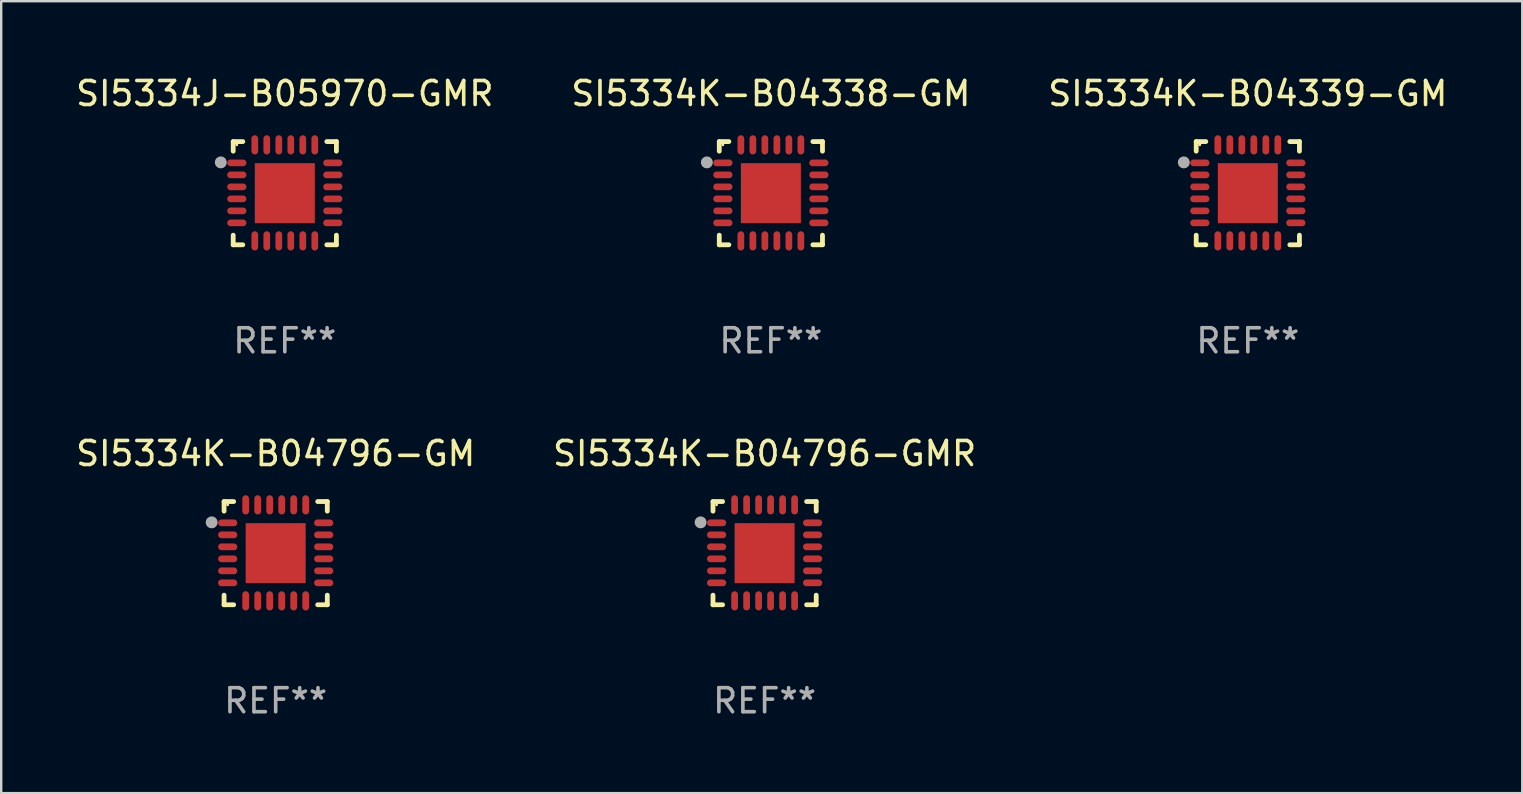
<source format=kicad_pcb>
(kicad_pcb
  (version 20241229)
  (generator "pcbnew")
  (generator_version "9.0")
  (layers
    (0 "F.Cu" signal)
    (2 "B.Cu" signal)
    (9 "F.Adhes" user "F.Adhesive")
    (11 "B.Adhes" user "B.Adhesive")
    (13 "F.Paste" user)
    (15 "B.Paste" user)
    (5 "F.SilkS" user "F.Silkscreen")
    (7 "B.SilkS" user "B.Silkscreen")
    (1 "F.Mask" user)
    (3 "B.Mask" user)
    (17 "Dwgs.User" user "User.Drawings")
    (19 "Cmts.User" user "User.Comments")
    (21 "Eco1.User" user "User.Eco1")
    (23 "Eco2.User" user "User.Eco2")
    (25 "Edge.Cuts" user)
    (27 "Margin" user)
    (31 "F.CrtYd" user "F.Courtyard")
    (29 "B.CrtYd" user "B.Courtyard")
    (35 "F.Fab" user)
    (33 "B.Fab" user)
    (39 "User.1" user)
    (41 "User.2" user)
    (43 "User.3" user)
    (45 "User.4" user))
  (footprint "SI5334K-B04339-GM"
    (layer "F.Cu")
    (at 48.935 4.998)
    (property "Reference" "SI5334K-B04339-GM" (at 0 -4.15 0) (layer "F.SilkS") (effects (font (size 1 1) (thickness 0.15))))
    (attr through_hole)
    (fp_line (start -2.15 -2.15) (end -1.75 -2.15) (stroke (width 0.2) (type solid)) (layer "F.SilkS"))
    (fp_line (start -2.15 -1.75) (end -2.15 -2.15) (stroke (width 0.2) (type solid)) (layer "F.SilkS"))
    (fp_line (start -2.15 2.15) (end -2.15 1.75) (stroke (width 0.2) (type solid)) (layer "F.SilkS"))
    (fp_line (start -1.75 2.15) (end -2.15 2.15) (stroke (width 0.2) (type solid)) (layer "F.SilkS"))
    (fp_line (start 1.75 -2.15) (end 2.15 -2.15) (stroke (width 0.2) (type solid)) (layer "F.SilkS"))
    (fp_line (start 1.75 2.15) (end 2.15 2.15) (stroke (width 0.2) (type solid)) (layer "F.SilkS"))
    (fp_line (start 2.15 -2.15) (end 2.15 -1.75) (stroke (width 0.2) (type solid)) (layer "F.SilkS"))
    (fp_line (start 2.15 2.15) (end 2.15 1.75) (stroke (width 0.2) (type solid)) (layer "F.SilkS"))
    (fp_circle (center -2 -2.013) (end -1.97 -2.013) (stroke (width 0.06) (type solid)) (fill no) (layer "F.SilkS"))
    (fp_circle (center -2.667 -1.283) (end -2.542 -1.283) (stroke (width 0.25) (type solid)) (fill no) (layer "F.Fab"))
    (fp_text user "REF**" (at 0 6.15 0) (layer "F.Fab") (effects (font (size 1 1) (thickness 0.15))))
    (pad "1" smd oval (at -2 -1.263) (size 0.8 0.28) (layers "F.Cu" "F.Mask" "F.Paste"))
    (pad "2" smd oval (at -2 -0.763) (size 0.8 0.28) (layers "F.Cu" "F.Mask" "F.Paste"))
    (pad "3" smd oval (at -2 -0.263) (size 0.8 0.28) (layers "F.Cu" "F.Mask" "F.Paste"))
    (pad "4" smd oval (at -2 0.237) (size 0.8 0.28) (layers "F.Cu" "F.Mask" "F.Paste"))
    (pad "5" smd oval (at -2 0.737) (size 0.8 0.28) (layers "F.Cu" "F.Mask" "F.Paste"))
    (pad "6" smd oval (at -2 1.237) (size 0.8 0.28) (layers "F.Cu" "F.Mask" "F.Paste"))
    (pad "7" smd oval (at -1.25 1.987) (size 0.28 0.8) (layers "F.Cu" "F.Mask" "F.Paste"))
    (pad "8" smd oval (at -0.75 1.987) (size 0.28 0.8) (layers "F.Cu" "F.Mask" "F.Paste"))
    (pad "9" smd oval (at -0.25 1.987) (size 0.28 0.8) (layers "F.Cu" "F.Mask" "F.Paste"))
    (pad "10" smd oval (at 0.25 1.987) (size 0.28 0.8) (layers "F.Cu" "F.Mask" "F.Paste"))
    (pad "11" smd oval (at 0.75 1.987) (size 0.28 0.8) (layers "F.Cu" "F.Mask" "F.Paste"))
    (pad "12" smd oval (at 1.25 1.987) (size 0.28 0.8) (layers "F.Cu" "F.Mask" "F.Paste"))
    (pad "13" smd oval (at 2 1.237) (size 0.8 0.28) (layers "F.Cu" "F.Mask" "F.Paste"))
    (pad "14" smd oval (at 2 0.737) (size 0.8 0.28) (layers "F.Cu" "F.Mask" "F.Paste"))
    (pad "15" smd oval (at 2 0.237) (size 0.8 0.28) (layers "F.Cu" "F.Mask" "F.Paste"))
    (pad "16" smd oval (at 2 -0.263) (size 0.8 0.28) (layers "F.Cu" "F.Mask" "F.Paste"))
    (pad "17" smd oval (at 2 -0.763) (size 0.8 0.28) (layers "F.Cu" "F.Mask" "F.Paste"))
    (pad "18" smd oval (at 2 -1.263) (size 0.8 0.28) (layers "F.Cu" "F.Mask" "F.Paste"))
    (pad "19" smd oval (at 1.25 -2.013) (size 0.28 0.8) (layers "F.Cu" "F.Mask" "F.Paste"))
    (pad "20" smd oval (at 0.75 -2.013) (size 0.28 0.8) (layers "F.Cu" "F.Mask" "F.Paste"))
    (pad "21" smd oval (at 0.25 -2.013) (size 0.28 0.8) (layers "F.Cu" "F.Mask" "F.Paste"))
    (pad "22" smd oval (at -0.25 -2.013) (size 0.28 0.8) (layers "F.Cu" "F.Mask" "F.Paste"))
    (pad "23" smd oval (at -0.75 -2.013) (size 0.28 0.8) (layers "F.Cu" "F.Mask" "F.Paste"))
    (pad "24" smd oval (at -1.25 -2.013) (size 0.28 0.8) (layers "F.Cu" "F.Mask" "F.Paste"))
    (pad "25" smd rect (at -0.000127 -0.00014) (size 2.5 2.5) (layers "F.Cu" "F.Mask" "F.Paste")))
  (footprint "SI5334J-B05970-GMR"
    (layer "F.Cu")
    (at 8.815 4.998)
    (property "Reference" "SI5334J-B05970-GMR" (at 0 -4.15 0) (layer "F.SilkS") (effects (font (size 1 1) (thickness 0.15))))
    (attr through_hole)
    (fp_line (start -2.15 -2.15) (end -1.75 -2.15) (stroke (width 0.2) (type solid)) (layer "F.SilkS"))
    (fp_line (start -2.15 -1.75) (end -2.15 -2.15) (stroke (width 0.2) (type solid)) (layer "F.SilkS"))
    (fp_line (start -2.15 2.15) (end -2.15 1.75) (stroke (width 0.2) (type solid)) (layer "F.SilkS"))
    (fp_line (start -1.75 2.15) (end -2.15 2.15) (stroke (width 0.2) (type solid)) (layer "F.SilkS"))
    (fp_line (start 1.75 -2.15) (end 2.15 -2.15) (stroke (width 0.2) (type solid)) (layer "F.SilkS"))
    (fp_line (start 1.75 2.15) (end 2.15 2.15) (stroke (width 0.2) (type solid)) (layer "F.SilkS"))
    (fp_line (start 2.15 -2.15) (end 2.15 -1.75) (stroke (width 0.2) (type solid)) (layer "F.SilkS"))
    (fp_line (start 2.15 2.15) (end 2.15 1.75) (stroke (width 0.2) (type solid)) (layer "F.SilkS"))
    (fp_circle (center -2 -2.013) (end -1.97 -2.013) (stroke (width 0.06) (type solid)) (fill no) (layer "F.SilkS"))
    (fp_circle (center -2.667 -1.283) (end -2.542 -1.283) (stroke (width 0.25) (type solid)) (fill no) (layer "F.Fab"))
    (fp_text user "REF**" (at 0 6.15 0) (layer "F.Fab") (effects (font (size 1 1) (thickness 0.15))))
    (pad "1" smd oval (at -2 -1.263) (size 0.8 0.28) (layers "F.Cu" "F.Mask" "F.Paste"))
    (pad "2" smd oval (at -2 -0.763) (size 0.8 0.28) (layers "F.Cu" "F.Mask" "F.Paste"))
    (pad "3" smd oval (at -2 -0.263) (size 0.8 0.28) (layers "F.Cu" "F.Mask" "F.Paste"))
    (pad "4" smd oval (at -2 0.237) (size 0.8 0.28) (layers "F.Cu" "F.Mask" "F.Paste"))
    (pad "5" smd oval (at -2 0.737) (size 0.8 0.28) (layers "F.Cu" "F.Mask" "F.Paste"))
    (pad "6" smd oval (at -2 1.237) (size 0.8 0.28) (layers "F.Cu" "F.Mask" "F.Paste"))
    (pad "7" smd oval (at -1.25 1.987) (size 0.28 0.8) (layers "F.Cu" "F.Mask" "F.Paste"))
    (pad "8" smd oval (at -0.75 1.987) (size 0.28 0.8) (layers "F.Cu" "F.Mask" "F.Paste"))
    (pad "9" smd oval (at -0.25 1.987) (size 0.28 0.8) (layers "F.Cu" "F.Mask" "F.Paste"))
    (pad "10" smd oval (at 0.25 1.987) (size 0.28 0.8) (layers "F.Cu" "F.Mask" "F.Paste"))
    (pad "11" smd oval (at 0.75 1.987) (size 0.28 0.8) (layers "F.Cu" "F.Mask" "F.Paste"))
    (pad "12" smd oval (at 1.25 1.987) (size 0.28 0.8) (layers "F.Cu" "F.Mask" "F.Paste"))
    (pad "13" smd oval (at 2 1.237) (size 0.8 0.28) (layers "F.Cu" "F.Mask" "F.Paste"))
    (pad "14" smd oval (at 2 0.737) (size 0.8 0.28) (layers "F.Cu" "F.Mask" "F.Paste"))
    (pad "15" smd oval (at 2 0.237) (size 0.8 0.28) (layers "F.Cu" "F.Mask" "F.Paste"))
    (pad "16" smd oval (at 2 -0.263) (size 0.8 0.28) (layers "F.Cu" "F.Mask" "F.Paste"))
    (pad "17" smd oval (at 2 -0.763) (size 0.8 0.28) (layers "F.Cu" "F.Mask" "F.Paste"))
    (pad "18" smd oval (at 2 -1.263) (size 0.8 0.28) (layers "F.Cu" "F.Mask" "F.Paste"))
    (pad "19" smd oval (at 1.25 -2.013) (size 0.28 0.8) (layers "F.Cu" "F.Mask" "F.Paste"))
    (pad "20" smd oval (at 0.75 -2.013) (size 0.28 0.8) (layers "F.Cu" "F.Mask" "F.Paste"))
    (pad "21" smd oval (at 0.25 -2.013) (size 0.28 0.8) (layers "F.Cu" "F.Mask" "F.Paste"))
    (pad "22" smd oval (at -0.25 -2.013) (size 0.28 0.8) (layers "F.Cu" "F.Mask" "F.Paste"))
    (pad "23" smd oval (at -0.75 -2.013) (size 0.28 0.8) (layers "F.Cu" "F.Mask" "F.Paste"))
    (pad "24" smd oval (at -1.25 -2.013) (size 0.28 0.8) (layers "F.Cu" "F.Mask" "F.Paste"))
    (pad "25" smd rect (at -0.000127 -0.00014) (size 2.5 2.5) (layers "F.Cu" "F.Mask" "F.Paste")))
  (footprint "SI5334K-B04338-GM"
    (layer "F.Cu")
    (at 29.065 4.998)
    (property "Reference" "SI5334K-B04338-GM" (at 0 -4.15 0) (layer "F.SilkS") (effects (font (size 1 1) (thickness 0.15))))
    (attr through_hole)
    (fp_line (start -2.15 -2.15) (end -1.75 -2.15) (stroke (width 0.2) (type solid)) (layer "F.SilkS"))
    (fp_line (start -2.15 -1.75) (end -2.15 -2.15) (stroke (width 0.2) (type solid)) (layer "F.SilkS"))
    (fp_line (start -2.15 2.15) (end -2.15 1.75) (stroke (width 0.2) (type solid)) (layer "F.SilkS"))
    (fp_line (start -1.75 2.15) (end -2.15 2.15) (stroke (width 0.2) (type solid)) (layer "F.SilkS"))
    (fp_line (start 1.75 -2.15) (end 2.15 -2.15) (stroke (width 0.2) (type solid)) (layer "F.SilkS"))
    (fp_line (start 1.75 2.15) (end 2.15 2.15) (stroke (width 0.2) (type solid)) (layer "F.SilkS"))
    (fp_line (start 2.15 -2.15) (end 2.15 -1.75) (stroke (width 0.2) (type solid)) (layer "F.SilkS"))
    (fp_line (start 2.15 2.15) (end 2.15 1.75) (stroke (width 0.2) (type solid)) (layer "F.SilkS"))
    (fp_circle (center -2 -2.013) (end -1.97 -2.013) (stroke (width 0.06) (type solid)) (fill no) (layer "F.SilkS"))
    (fp_circle (center -2.667 -1.283) (end -2.542 -1.283) (stroke (width 0.25) (type solid)) (fill no) (layer "F.Fab"))
    (fp_text user "REF**" (at 0 6.15 0) (layer "F.Fab") (effects (font (size 1 1) (thickness 0.15))))
    (pad "1" smd oval (at -2 -1.263) (size 0.8 0.28) (layers "F.Cu" "F.Mask" "F.Paste"))
    (pad "2" smd oval (at -2 -0.763) (size 0.8 0.28) (layers "F.Cu" "F.Mask" "F.Paste"))
    (pad "3" smd oval (at -2 -0.263) (size 0.8 0.28) (layers "F.Cu" "F.Mask" "F.Paste"))
    (pad "4" smd oval (at -2 0.237) (size 0.8 0.28) (layers "F.Cu" "F.Mask" "F.Paste"))
    (pad "5" smd oval (at -2 0.737) (size 0.8 0.28) (layers "F.Cu" "F.Mask" "F.Paste"))
    (pad "6" smd oval (at -2 1.237) (size 0.8 0.28) (layers "F.Cu" "F.Mask" "F.Paste"))
    (pad "7" smd oval (at -1.25 1.987) (size 0.28 0.8) (layers "F.Cu" "F.Mask" "F.Paste"))
    (pad "8" smd oval (at -0.75 1.987) (size 0.28 0.8) (layers "F.Cu" "F.Mask" "F.Paste"))
    (pad "9" smd oval (at -0.25 1.987) (size 0.28 0.8) (layers "F.Cu" "F.Mask" "F.Paste"))
    (pad "10" smd oval (at 0.25 1.987) (size 0.28 0.8) (layers "F.Cu" "F.Mask" "F.Paste"))
    (pad "11" smd oval (at 0.75 1.987) (size 0.28 0.8) (layers "F.Cu" "F.Mask" "F.Paste"))
    (pad "12" smd oval (at 1.25 1.987) (size 0.28 0.8) (layers "F.Cu" "F.Mask" "F.Paste"))
    (pad "13" smd oval (at 2 1.237) (size 0.8 0.28) (layers "F.Cu" "F.Mask" "F.Paste"))
    (pad "14" smd oval (at 2 0.737) (size 0.8 0.28) (layers "F.Cu" "F.Mask" "F.Paste"))
    (pad "15" smd oval (at 2 0.237) (size 0.8 0.28) (layers "F.Cu" "F.Mask" "F.Paste"))
    (pad "16" smd oval (at 2 -0.263) (size 0.8 0.28) (layers "F.Cu" "F.Mask" "F.Paste"))
    (pad "17" smd oval (at 2 -0.763) (size 0.8 0.28) (layers "F.Cu" "F.Mask" "F.Paste"))
    (pad "18" smd oval (at 2 -1.263) (size 0.8 0.28) (layers "F.Cu" "F.Mask" "F.Paste"))
    (pad "19" smd oval (at 1.25 -2.013) (size 0.28 0.8) (layers "F.Cu" "F.Mask" "F.Paste"))
    (pad "20" smd oval (at 0.75 -2.013) (size 0.28 0.8) (layers "F.Cu" "F.Mask" "F.Paste"))
    (pad "21" smd oval (at 0.25 -2.013) (size 0.28 0.8) (layers "F.Cu" "F.Mask" "F.Paste"))
    (pad "22" smd oval (at -0.25 -2.013) (size 0.28 0.8) (layers "F.Cu" "F.Mask" "F.Paste"))
    (pad "23" smd oval (at -0.75 -2.013) (size 0.28 0.8) (layers "F.Cu" "F.Mask" "F.Paste"))
    (pad "24" smd oval (at -1.25 -2.013) (size 0.28 0.8) (layers "F.Cu" "F.Mask" "F.Paste"))
    (pad "25" smd rect (at -0.000127 -0.00014) (size 2.5 2.5) (layers "F.Cu" "F.Mask" "F.Paste")))
  (footprint "SI5334K-B04796-GMR"
    (layer "F.Cu")
    (at 28.804 19.995)
    (property "Reference" "SI5334K-B04796-GMR" (at 0 -4.15 0) (layer "F.SilkS") (effects (font (size 1 1) (thickness 0.15))))
    (attr through_hole)
    (fp_line (start -2.15 -2.15) (end -1.75 -2.15) (stroke (width 0.2) (type solid)) (layer "F.SilkS"))
    (fp_line (start -2.15 -1.75) (end -2.15 -2.15) (stroke (width 0.2) (type solid)) (layer "F.SilkS"))
    (fp_line (start -2.15 2.15) (end -2.15 1.75) (stroke (width 0.2) (type solid)) (layer "F.SilkS"))
    (fp_line (start -1.75 2.15) (end -2.15 2.15) (stroke (width 0.2) (type solid)) (layer "F.SilkS"))
    (fp_line (start 1.75 -2.15) (end 2.15 -2.15) (stroke (width 0.2) (type solid)) (layer "F.SilkS"))
    (fp_line (start 1.75 2.15) (end 2.15 2.15) (stroke (width 0.2) (type solid)) (layer "F.SilkS"))
    (fp_line (start 2.15 -2.15) (end 2.15 -1.75) (stroke (width 0.2) (type solid)) (layer "F.SilkS"))
    (fp_line (start 2.15 2.15) (end 2.15 1.75) (stroke (width 0.2) (type solid)) (layer "F.SilkS"))
    (fp_circle (center -2 -2.013) (end -1.97 -2.013) (stroke (width 0.06) (type solid)) (fill no) (layer "F.SilkS"))
    (fp_circle (center -2.667 -1.283) (end -2.542 -1.283) (stroke (width 0.25) (type solid)) (fill no) (layer "F.Fab"))
    (fp_text user "REF**" (at 0 6.15 0) (layer "F.Fab") (effects (font (size 1 1) (thickness 0.15))))
    (pad "1" smd oval (at -2 -1.263) (size 0.8 0.28) (layers "F.Cu" "F.Mask" "F.Paste"))
    (pad "2" smd oval (at -2 -0.763) (size 0.8 0.28) (layers "F.Cu" "F.Mask" "F.Paste"))
    (pad "3" smd oval (at -2 -0.263) (size 0.8 0.28) (layers "F.Cu" "F.Mask" "F.Paste"))
    (pad "4" smd oval (at -2 0.237) (size 0.8 0.28) (layers "F.Cu" "F.Mask" "F.Paste"))
    (pad "5" smd oval (at -2 0.737) (size 0.8 0.28) (layers "F.Cu" "F.Mask" "F.Paste"))
    (pad "6" smd oval (at -2 1.237) (size 0.8 0.28) (layers "F.Cu" "F.Mask" "F.Paste"))
    (pad "7" smd oval (at -1.25 1.987) (size 0.28 0.8) (layers "F.Cu" "F.Mask" "F.Paste"))
    (pad "8" smd oval (at -0.75 1.987) (size 0.28 0.8) (layers "F.Cu" "F.Mask" "F.Paste"))
    (pad "9" smd oval (at -0.25 1.987) (size 0.28 0.8) (layers "F.Cu" "F.Mask" "F.Paste"))
    (pad "10" smd oval (at 0.25 1.987) (size 0.28 0.8) (layers "F.Cu" "F.Mask" "F.Paste"))
    (pad "11" smd oval (at 0.75 1.987) (size 0.28 0.8) (layers "F.Cu" "F.Mask" "F.Paste"))
    (pad "12" smd oval (at 1.25 1.987) (size 0.28 0.8) (layers "F.Cu" "F.Mask" "F.Paste"))
    (pad "13" smd oval (at 2 1.237) (size 0.8 0.28) (layers "F.Cu" "F.Mask" "F.Paste"))
    (pad "14" smd oval (at 2 0.737) (size 0.8 0.28) (layers "F.Cu" "F.Mask" "F.Paste"))
    (pad "15" smd oval (at 2 0.237) (size 0.8 0.28) (layers "F.Cu" "F.Mask" "F.Paste"))
    (pad "16" smd oval (at 2 -0.263) (size 0.8 0.28) (layers "F.Cu" "F.Mask" "F.Paste"))
    (pad "17" smd oval (at 2 -0.763) (size 0.8 0.28) (layers "F.Cu" "F.Mask" "F.Paste"))
    (pad "18" smd oval (at 2 -1.263) (size 0.8 0.28) (layers "F.Cu" "F.Mask" "F.Paste"))
    (pad "19" smd oval (at 1.25 -2.013) (size 0.28 0.8) (layers "F.Cu" "F.Mask" "F.Paste"))
    (pad "20" smd oval (at 0.75 -2.013) (size 0.28 0.8) (layers "F.Cu" "F.Mask" "F.Paste"))
    (pad "21" smd oval (at 0.25 -2.013) (size 0.28 0.8) (layers "F.Cu" "F.Mask" "F.Paste"))
    (pad "22" smd oval (at -0.25 -2.013) (size 0.28 0.8) (layers "F.Cu" "F.Mask" "F.Paste"))
    (pad "23" smd oval (at -0.75 -2.013) (size 0.28 0.8) (layers "F.Cu" "F.Mask" "F.Paste"))
    (pad "24" smd oval (at -1.25 -2.013) (size 0.28 0.8) (layers "F.Cu" "F.Mask" "F.Paste"))
    (pad "25" smd rect (at -0.000127 -0.00014) (size 2.5 2.5) (layers "F.Cu" "F.Mask" "F.Paste")))
  (footprint "SI5334K-B04796-GM"
    (layer "F.Cu")
    (at 8.435 19.995)
    (property "Reference" "SI5334K-B04796-GM" (at 0 -4.15 0) (layer "F.SilkS") (effects (font (size 1 1) (thickness 0.15))))
    (attr through_hole)
    (fp_line (start -2.15 -2.15) (end -1.75 -2.15) (stroke (width 0.2) (type solid)) (layer "F.SilkS"))
    (fp_line (start -2.15 -1.75) (end -2.15 -2.15) (stroke (width 0.2) (type solid)) (layer "F.SilkS"))
    (fp_line (start -2.15 2.15) (end -2.15 1.75) (stroke (width 0.2) (type solid)) (layer "F.SilkS"))
    (fp_line (start -1.75 2.15) (end -2.15 2.15) (stroke (width 0.2) (type solid)) (layer "F.SilkS"))
    (fp_line (start 1.75 -2.15) (end 2.15 -2.15) (stroke (width 0.2) (type solid)) (layer "F.SilkS"))
    (fp_line (start 1.75 2.15) (end 2.15 2.15) (stroke (width 0.2) (type solid)) (layer "F.SilkS"))
    (fp_line (start 2.15 -2.15) (end 2.15 -1.75) (stroke (width 0.2) (type solid)) (layer "F.SilkS"))
    (fp_line (start 2.15 2.15) (end 2.15 1.75) (stroke (width 0.2) (type solid)) (layer "F.SilkS"))
    (fp_circle (center -2 -2.013) (end -1.97 -2.013) (stroke (width 0.06) (type solid)) (fill no) (layer "F.SilkS"))
    (fp_circle (center -2.667 -1.283) (end -2.542 -1.283) (stroke (width 0.25) (type solid)) (fill no) (layer "F.Fab"))
    (fp_text user "REF**" (at 0 6.15 0) (layer "F.Fab") (effects (font (size 1 1) (thickness 0.15))))
    (pad "1" smd oval (at -2 -1.263) (size 0.8 0.28) (layers "F.Cu" "F.Mask" "F.Paste"))
    (pad "2" smd oval (at -2 -0.763) (size 0.8 0.28) (layers "F.Cu" "F.Mask" "F.Paste"))
    (pad "3" smd oval (at -2 -0.263) (size 0.8 0.28) (layers "F.Cu" "F.Mask" "F.Paste"))
    (pad "4" smd oval (at -2 0.237) (size 0.8 0.28) (layers "F.Cu" "F.Mask" "F.Paste"))
    (pad "5" smd oval (at -2 0.737) (size 0.8 0.28) (layers "F.Cu" "F.Mask" "F.Paste"))
    (pad "6" smd oval (at -2 1.237) (size 0.8 0.28) (layers "F.Cu" "F.Mask" "F.Paste"))
    (pad "7" smd oval (at -1.25 1.987) (size 0.28 0.8) (layers "F.Cu" "F.Mask" "F.Paste"))
    (pad "8" smd oval (at -0.75 1.987) (size 0.28 0.8) (layers "F.Cu" "F.Mask" "F.Paste"))
    (pad "9" smd oval (at -0.25 1.987) (size 0.28 0.8) (layers "F.Cu" "F.Mask" "F.Paste"))
    (pad "10" smd oval (at 0.25 1.987) (size 0.28 0.8) (layers "F.Cu" "F.Mask" "F.Paste"))
    (pad "11" smd oval (at 0.75 1.987) (size 0.28 0.8) (layers "F.Cu" "F.Mask" "F.Paste"))
    (pad "12" smd oval (at 1.25 1.987) (size 0.28 0.8) (layers "F.Cu" "F.Mask" "F.Paste"))
    (pad "13" smd oval (at 2 1.237) (size 0.8 0.28) (layers "F.Cu" "F.Mask" "F.Paste"))
    (pad "14" smd oval (at 2 0.737) (size 0.8 0.28) (layers "F.Cu" "F.Mask" "F.Paste"))
    (pad "15" smd oval (at 2 0.237) (size 0.8 0.28) (layers "F.Cu" "F.Mask" "F.Paste"))
    (pad "16" smd oval (at 2 -0.263) (size 0.8 0.28) (layers "F.Cu" "F.Mask" "F.Paste"))
    (pad "17" smd oval (at 2 -0.763) (size 0.8 0.28) (layers "F.Cu" "F.Mask" "F.Paste"))
    (pad "18" smd oval (at 2 -1.263) (size 0.8 0.28) (layers "F.Cu" "F.Mask" "F.Paste"))
    (pad "19" smd oval (at 1.25 -2.013) (size 0.28 0.8) (layers "F.Cu" "F.Mask" "F.Paste"))
    (pad "20" smd oval (at 0.75 -2.013) (size 0.28 0.8) (layers "F.Cu" "F.Mask" "F.Paste"))
    (pad "21" smd oval (at 0.25 -2.013) (size 0.28 0.8) (layers "F.Cu" "F.Mask" "F.Paste"))
    (pad "22" smd oval (at -0.25 -2.013) (size 0.28 0.8) (layers "F.Cu" "F.Mask" "F.Paste"))
    (pad "23" smd oval (at -0.75 -2.013) (size 0.28 0.8) (layers "F.Cu" "F.Mask" "F.Paste"))
    (pad "24" smd oval (at -1.25 -2.013) (size 0.28 0.8) (layers "F.Cu" "F.Mask" "F.Paste"))
    (pad "25" smd rect (at -0.000127 -0.00014) (size 2.5 2.5) (layers "F.Cu" "F.Mask" "F.Paste")))
  (gr_rect
    (start -3 -3)
    (end 60.369 29.993)
    (stroke (width 0.1) (type default))
    (fill no)
    (layer "Edge.Cuts")))
</source>
